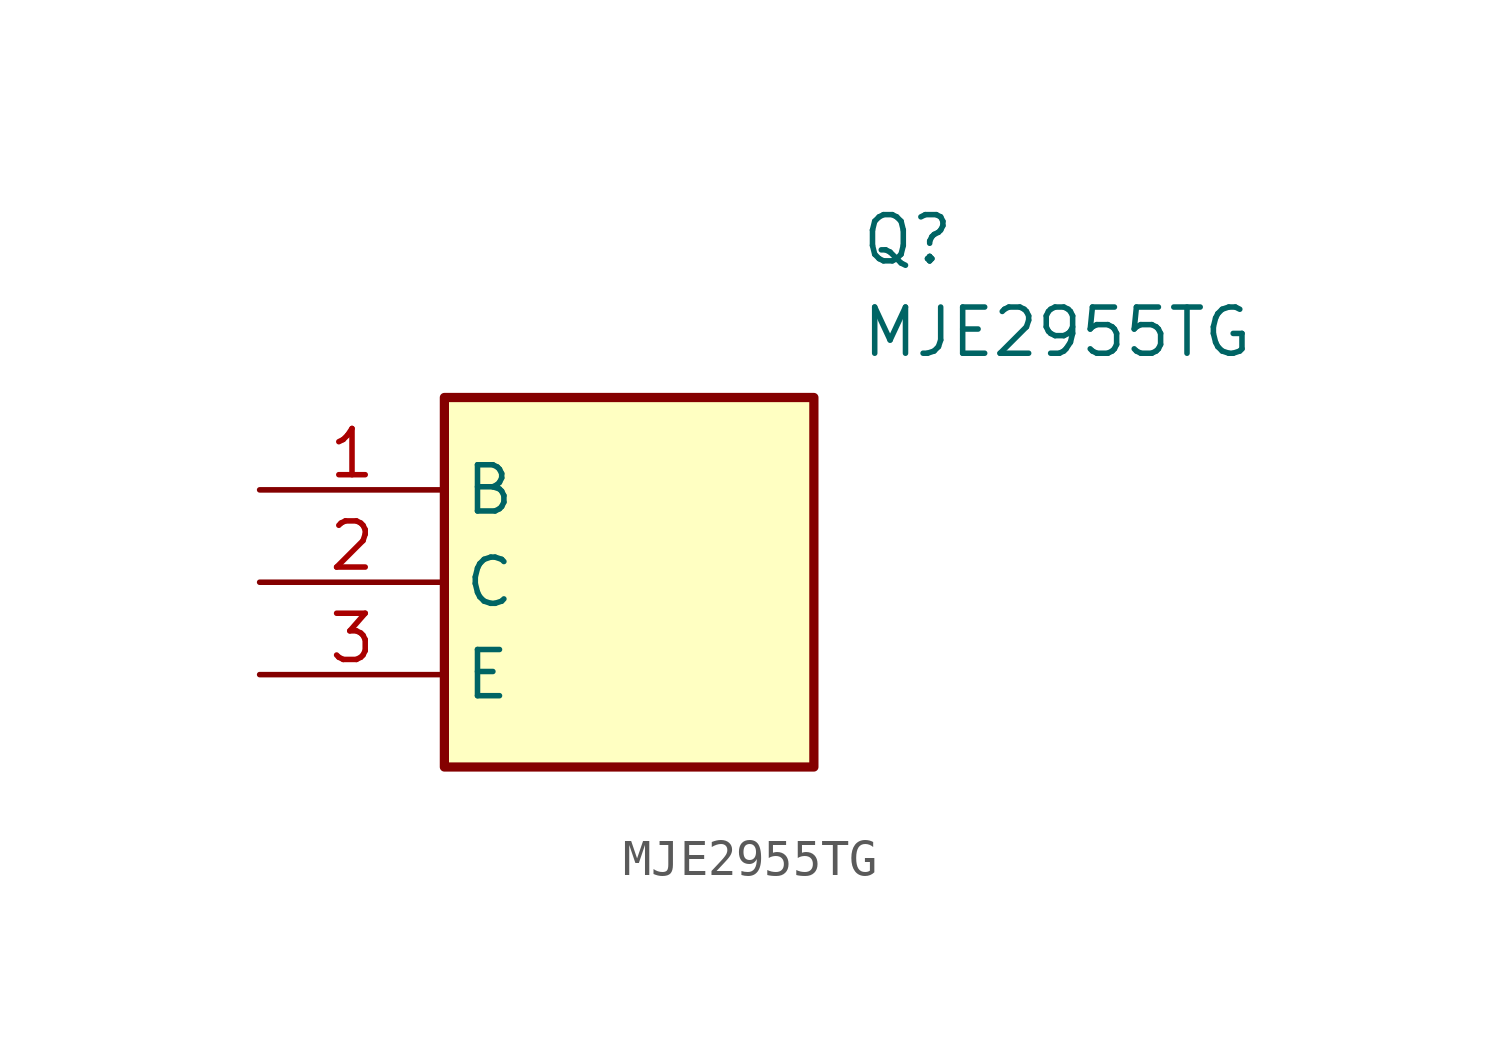
<source format=kicad_sym>
(kicad_symbol_lib
  (version 20211014)
  (generator SamacSys_ECAD_Model)
  (symbol "MJE2955TG"
    (property "Reference" "Q"
      (at 16.51 7.62 0)
      (effects (font (size 1.27 1.27)) (justify left top)))
    (property "Value" "MJE2955TG"
      (at 16.51 5.08 0)
      (effects (font (size 1.27 1.27)) (justify left top)))
    (rectangle
      (start 5.08 2.54)
      (end 15.24 -7.62)
      (stroke (width 0.254) (type default))
      (fill (type background)))
    (pin passive line
      (at 0 0 0)
      (length 5.08)
      (name "B" (effects (font (size 1.27 1.27))))
      (number "1" (effects (font (size 1.27 1.27)))))
    (pin passive line
      (at 0 -2.54 0)
      (length 5.08)
      (name "C" (effects (font (size 1.27 1.27))))
      (number "2" (effects (font (size 1.27 1.27)))))
    (pin passive line
      (at 0 -5.08 0)
      (length 5.08)
      (name "E" (effects (font (size 1.27 1.27))))
      (number "3" (effects (font (size 1.27 1.27)))))))
</source>
